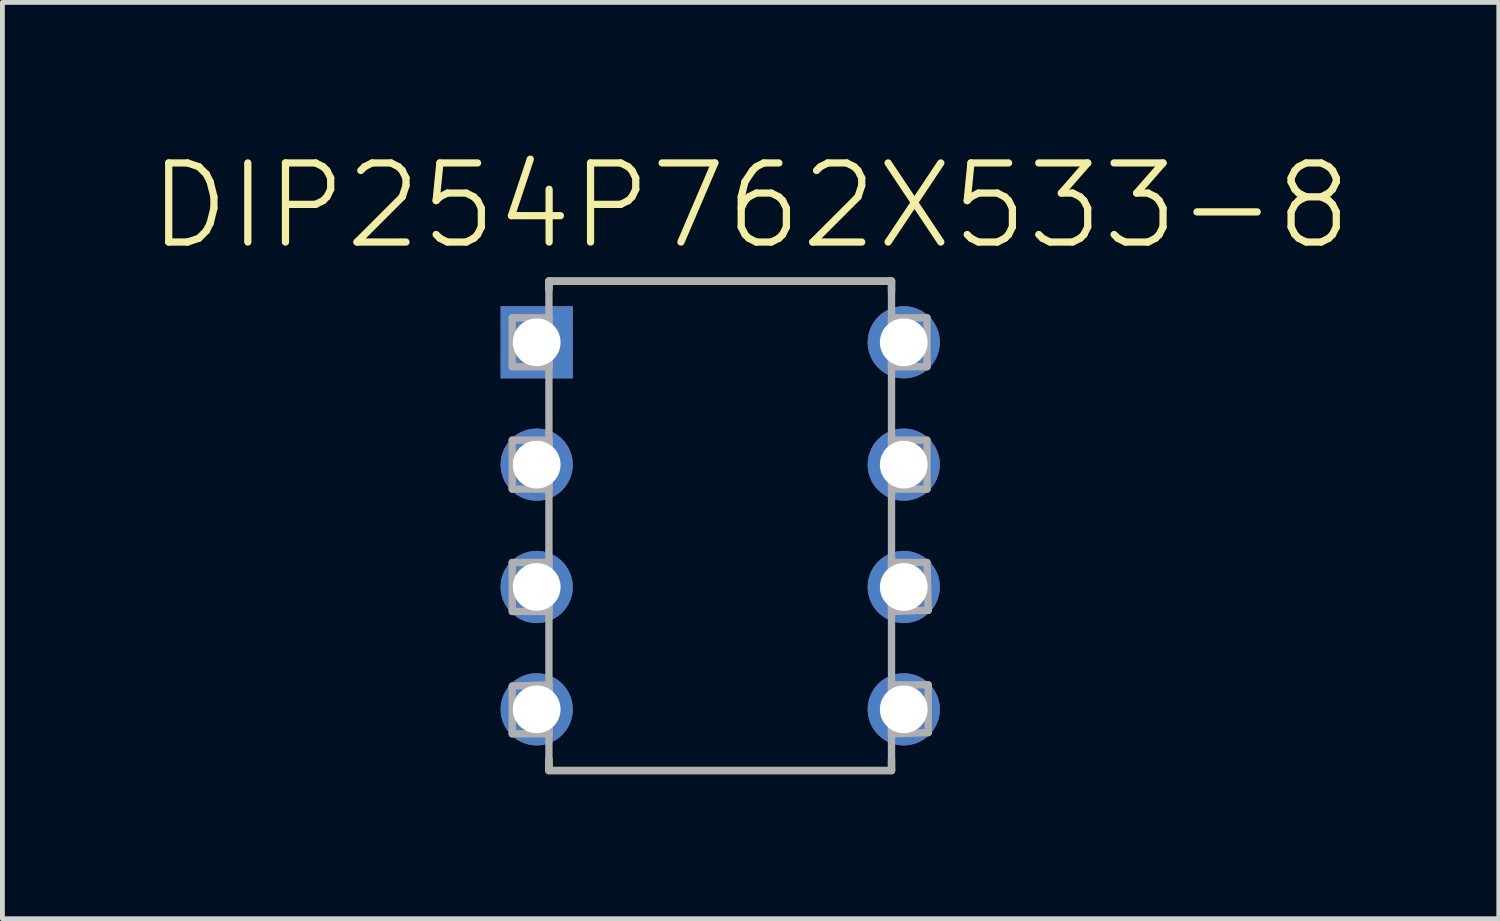
<source format=kicad_pcb>
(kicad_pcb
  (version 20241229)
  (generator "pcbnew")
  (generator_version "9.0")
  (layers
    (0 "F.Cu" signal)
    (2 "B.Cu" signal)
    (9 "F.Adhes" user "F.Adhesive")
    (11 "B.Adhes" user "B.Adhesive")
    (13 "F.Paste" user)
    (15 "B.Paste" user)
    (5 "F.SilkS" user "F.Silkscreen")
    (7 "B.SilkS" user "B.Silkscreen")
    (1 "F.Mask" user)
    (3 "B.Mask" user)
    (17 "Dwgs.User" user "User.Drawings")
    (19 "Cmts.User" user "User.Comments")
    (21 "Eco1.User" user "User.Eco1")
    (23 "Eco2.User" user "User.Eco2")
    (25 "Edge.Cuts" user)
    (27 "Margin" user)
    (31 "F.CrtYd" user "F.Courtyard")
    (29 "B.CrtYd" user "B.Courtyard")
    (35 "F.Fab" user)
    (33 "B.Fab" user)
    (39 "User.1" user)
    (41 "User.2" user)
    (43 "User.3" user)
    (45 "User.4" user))
  (footprint "DIP254P762X533-8"
    (layer "F.Cu")
    (at 15.712 11.676)
    (property "Reference" "DIP254P762X533-8" (at -3.179 -10.453 0) (layer "F.SilkS") (effects (font (size 1.642 1.642) (thickness 0.15))))
    (attr through_hole)
    (fp_line (start -7.366 -8.89) (end -7.366 -8.712) (stroke (width 0.152) (type solid)) (layer "F.SilkS"))
    (fp_line (start -7.366 1.041) (end -7.366 1.27) (stroke (width 0.152) (type solid)) (layer "F.SilkS"))
    (fp_line (start -7.366 1.27) (end -0.254 1.27) (stroke (width 0.152) (type solid)) (layer "F.SilkS"))
    (fp_line (start -0.254 -8.89) (end -7.366 -8.89) (stroke (width 0.152) (type solid)) (layer "F.SilkS"))
    (fp_line (start -0.254 -8.661) (end -0.254 -8.89) (stroke (width 0.152) (type solid)) (layer "F.SilkS"))
    (fp_line (start -0.254 1.27) (end -0.254 1.041) (stroke (width 0.152) (type solid)) (layer "F.SilkS"))
    (fp_line (start -8.128 -8.128) (end -8.128 -7.112) (stroke (width 0.152) (type solid)) (layer "F.Fab"))
    (fp_line (start -8.128 -7.112) (end -7.366 -7.112) (stroke (width 0.152) (type solid)) (layer "F.Fab"))
    (fp_line (start -8.128 -5.588) (end -8.128 -4.572) (stroke (width 0.152) (type solid)) (layer "F.Fab"))
    (fp_line (start -8.128 -4.572) (end -7.366 -4.572) (stroke (width 0.152) (type solid)) (layer "F.Fab"))
    (fp_line (start -8.128 -3.048) (end -8.128 -2.032) (stroke (width 0.152) (type solid)) (layer "F.Fab"))
    (fp_line (start -8.128 -2.032) (end -7.366 -2.032) (stroke (width 0.152) (type solid)) (layer "F.Fab"))
    (fp_line (start -8.128 -0.483) (end -8.128 0.508) (stroke (width 0.152) (type solid)) (layer "F.Fab"))
    (fp_line (start -8.128 0.508) (end -7.366 0.508) (stroke (width 0.152) (type solid)) (layer "F.Fab"))
    (fp_line (start -7.366 -8.89) (end -7.366 1.27) (stroke (width 0.152) (type solid)) (layer "F.Fab"))
    (fp_line (start -7.366 -8.128) (end -8.128 -8.128) (stroke (width 0.152) (type solid)) (layer "F.Fab"))
    (fp_line (start -7.366 -7.112) (end -7.366 -8.128) (stroke (width 0.152) (type solid)) (layer "F.Fab"))
    (fp_line (start -7.366 -5.588) (end -8.128 -5.588) (stroke (width 0.152) (type solid)) (layer "F.Fab"))
    (fp_line (start -7.366 -4.572) (end -7.366 -5.588) (stroke (width 0.152) (type solid)) (layer "F.Fab"))
    (fp_line (start -7.366 -3.048) (end -8.128 -3.048) (stroke (width 0.152) (type solid)) (layer "F.Fab"))
    (fp_line (start -7.366 -2.032) (end -7.366 -3.048) (stroke (width 0.152) (type solid)) (layer "F.Fab"))
    (fp_line (start -7.366 -0.508) (end -8.128 -0.483) (stroke (width 0.152) (type solid)) (layer "F.Fab"))
    (fp_line (start -7.366 0.508) (end -7.366 -0.508) (stroke (width 0.152) (type solid)) (layer "F.Fab"))
    (fp_line (start -7.366 1.27) (end -0.254 1.27) (stroke (width 0.152) (type solid)) (layer "F.Fab"))
    (fp_line (start -0.254 -8.89) (end -7.366 -8.89) (stroke (width 0.152) (type solid)) (layer "F.Fab"))
    (fp_line (start -0.254 -8.128) (end -0.254 -7.112) (stroke (width 0.152) (type solid)) (layer "F.Fab"))
    (fp_line (start -0.254 -7.112) (end 0.483 -7.112) (stroke (width 0.152) (type solid)) (layer "F.Fab"))
    (fp_line (start -0.254 -5.588) (end -0.254 -4.572) (stroke (width 0.152) (type solid)) (layer "F.Fab"))
    (fp_line (start -0.254 -4.572) (end 0.483 -4.572) (stroke (width 0.152) (type solid)) (layer "F.Fab"))
    (fp_line (start -0.254 -3.048) (end -0.254 -2.032) (stroke (width 0.152) (type solid)) (layer "F.Fab"))
    (fp_line (start -0.254 -2.032) (end 0.508 -2.057) (stroke (width 0.152) (type solid)) (layer "F.Fab"))
    (fp_line (start -0.254 -0.508) (end -0.254 0.508) (stroke (width 0.152) (type solid)) (layer "F.Fab"))
    (fp_line (start -0.254 0.508) (end 0.508 0.483) (stroke (width 0.152) (type solid)) (layer "F.Fab"))
    (fp_line (start -0.254 1.27) (end -0.254 -8.89) (stroke (width 0.152) (type solid)) (layer "F.Fab"))
    (fp_line (start 0.483 -8.128) (end -0.254 -8.128) (stroke (width 0.152) (type solid)) (layer "F.Fab"))
    (fp_line (start 0.483 -7.112) (end 0.483 -8.128) (stroke (width 0.152) (type solid)) (layer "F.Fab"))
    (fp_line (start 0.483 -5.588) (end -0.254 -5.588) (stroke (width 0.152) (type solid)) (layer "F.Fab"))
    (fp_line (start 0.483 -4.572) (end 0.483 -5.588) (stroke (width 0.152) (type solid)) (layer "F.Fab"))
    (fp_line (start 0.483 -3.048) (end -0.254 -3.048) (stroke (width 0.152) (type solid)) (layer "F.Fab"))
    (fp_line (start 0.508 -2.057) (end 0.483 -3.048) (stroke (width 0.152) (type solid)) (layer "F.Fab"))
    (fp_line (start 0.508 -0.508) (end -0.254 -0.508) (stroke (width 0.152) (type solid)) (layer "F.Fab"))
    (fp_line (start 0.508 0.483) (end 0.508 -0.508) (stroke (width 0.152) (type solid)) (layer "F.Fab"))
    (pad "1" thru_hole rect (at -7.62 -7.62) (size 1.499 1.499) (drill 0.991) (layers "*.Cu" "*.Mask"))
    (pad "2" thru_hole circle (at -7.62 -5.08) (size 1.499 1.499) (drill 0.991) (layers "*.Cu" "*.Mask"))
    (pad "3" thru_hole circle (at -7.62 -2.54) (size 1.499 1.499) (drill 0.991) (layers "*.Cu" "*.Mask"))
    (pad "4" thru_hole circle (at -7.62 0) (size 1.499 1.499) (drill 0.991) (layers "*.Cu" "*.Mask"))
    (pad "5" thru_hole circle (at 0 0) (size 1.499 1.499) (drill 0.991) (layers "*.Cu" "*.Mask"))
    (pad "6" thru_hole circle (at 0 -2.54) (size 1.499 1.499) (drill 0.991) (layers "*.Cu" "*.Mask"))
    (pad "7" thru_hole circle (at 0 -5.08) (size 1.499 1.499) (drill 0.991) (layers "*.Cu" "*.Mask"))
    (pad "8" thru_hole circle (at 0 -7.62) (size 1.499 1.499) (drill 0.991) (layers "*.Cu" "*.Mask")))
  (gr_rect
    (start -3 -3)
    (end 28.065 16.023)
    (stroke (width 0.1) (type default))
    (fill no)
    (layer "Edge.Cuts")))
</source>
